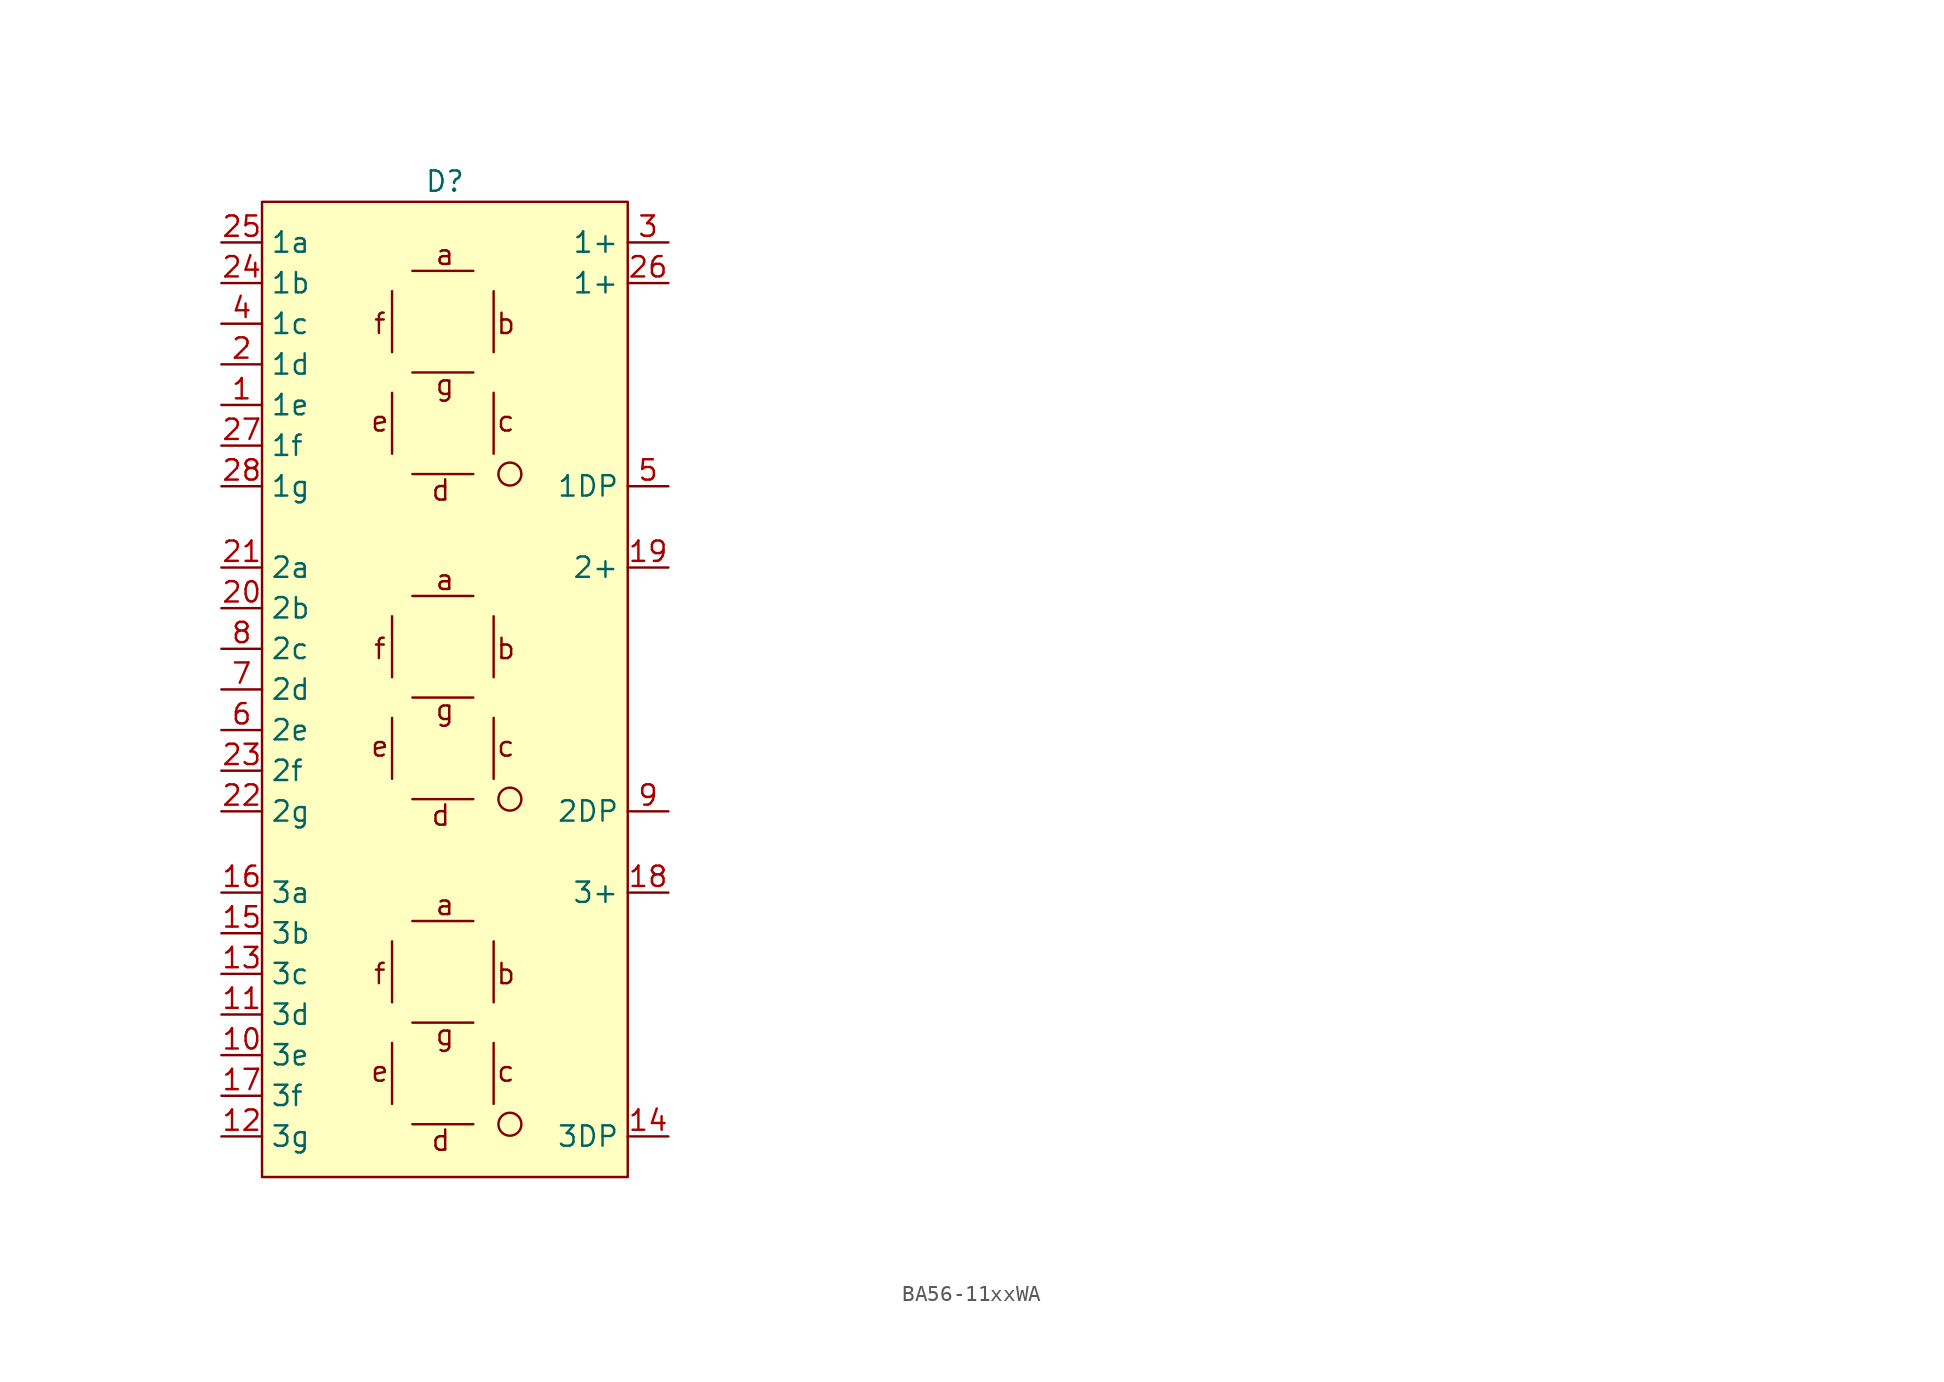
<source format=kicad_sym>
(kicad_symbol_lib
  (version 20241209)
  (generator "kicad_symbol_editor")
  (generator_version "9.0")
  (symbol "BA56-11xxWA"
    (property "Reference" "D"
      (at 0 31.75 0)
      (effects (font (size 1.27 1.27))))
    (property "Value" ""
      (at 80.01 10.16 0)
      (effects (font (size 1.27 1.27))))
    (symbol "BA56-11xxWA_0_1"
      (rectangle (start -11.43 30.48) (end 11.43 -30.48) (stroke (width 0) (type default)) (fill (type background)))
      (polyline (pts (xy -3.302 24.892) (xy -3.302 21.082)) (stroke (width 0) (type default)) (fill (type none)))
      (polyline (pts (xy -3.302 14.732) (xy -3.302 18.542)) (stroke (width 0) (type default)) (fill (type none)))
      (polyline (pts (xy -3.302 4.572) (xy -3.302 0.762)) (stroke (width 0) (type default)) (fill (type none)))
      (polyline (pts (xy -3.302 -5.588) (xy -3.302 -1.778)) (stroke (width 0) (type default)) (fill (type none)))
      (polyline (pts (xy -3.302 -15.748) (xy -3.302 -19.558)) (stroke (width 0) (type default)) (fill (type none)))
      (polyline (pts (xy -3.302 -25.908) (xy -3.302 -22.098)) (stroke (width 0) (type default)) (fill (type none)))
      (polyline (pts (xy -2.032 26.162) (xy 1.778 26.162)) (stroke (width 0) (type default)) (fill (type none)))
      (polyline (pts (xy -2.032 19.812) (xy 1.778 19.812)) (stroke (width 0) (type default)) (fill (type none)))
      (polyline (pts (xy -2.032 5.842) (xy 1.778 5.842)) (stroke (width 0) (type default)) (fill (type none)))
      (polyline (pts (xy -2.032 -0.508) (xy 1.778 -0.508)) (stroke (width 0) (type default)) (fill (type none)))
      (polyline (pts (xy -2.032 -14.478) (xy 1.778 -14.478)) (stroke (width 0) (type default)) (fill (type none)))
      (polyline (pts (xy -2.032 -20.828) (xy 1.778 -20.828)) (stroke (width 0) (type default)) (fill (type none)))
      (polyline (pts (xy 1.778 13.462) (xy -2.032 13.462)) (stroke (width 0) (type default)) (fill (type none)))
      (polyline (pts (xy 1.778 -6.858) (xy -2.032 -6.858)) (stroke (width 0) (type default)) (fill (type none)))
      (polyline (pts (xy 1.778 -27.178) (xy -2.032 -27.178)) (stroke (width 0) (type default)) (fill (type none)))
      (polyline (pts (xy 3.048 24.892) (xy 3.048 21.082)) (stroke (width 0) (type default)) (fill (type none)))
      (polyline (pts (xy 3.048 18.542) (xy 3.048 14.732)) (stroke (width 0) (type default)) (fill (type none)))
      (polyline (pts (xy 3.048 4.572) (xy 3.048 0.762)) (stroke (width 0) (type default)) (fill (type none)))
      (polyline (pts (xy 3.048 -1.778) (xy 3.048 -5.588)) (stroke (width 0) (type default)) (fill (type none)))
      (polyline (pts (xy 3.048 -15.748) (xy 3.048 -19.558)) (stroke (width 0) (type default)) (fill (type none)))
      (polyline (pts (xy 3.048 -22.098) (xy 3.048 -25.908)) (stroke (width 0) (type default)) (fill (type none)))
      (circle (center 4.064 13.462) (radius 0.718) (stroke (width 0) (type default)) (fill (type none)))
      (circle (center 4.064 -6.858) (radius 0.718) (stroke (width 0) (type default)) (fill (type none)))
      (circle (center 4.064 -27.178) (radius 0.718) (stroke (width 0) (type default)) (fill (type none))))
    (symbol "BA56-11xxWA_1_1"
      (text "f" (at -4.064 22.86 0) (effects (font (size 1.27 1.27))))
      (text "e" (at -4.064 16.764 0) (effects (font (size 1.27 1.27))))
      (text "f" (at -4.064 2.54 0) (effects (font (size 1.27 1.27))))
      (text "e" (at -4.064 -3.556 0) (effects (font (size 1.27 1.27))))
      (text "f" (at -4.064 -17.78 0) (effects (font (size 1.27 1.27))))
      (text "e" (at -4.064 -23.876 0) (effects (font (size 1.27 1.27))))
      (text "d" (at -0.254 12.446 0) (effects (font (size 1.27 1.27))))
      (text "d" (at -0.254 -7.874 0) (effects (font (size 1.27 1.27))))
      (text "d" (at -0.254 -28.194 0) (effects (font (size 1.27 1.27))))
      (text "a" (at 0 27.178 0) (effects (font (size 1.27 1.27))))
      (text "g" (at 0 19.05 0) (effects (font (size 1.27 1.27))))
      (text "a" (at 0 6.858 0) (effects (font (size 1.27 1.27))))
      (text "g" (at 0 -1.27 0) (effects (font (size 1.27 1.27))))
      (text "a" (at 0 -13.462 0) (effects (font (size 1.27 1.27))))
      (text "g" (at 0 -21.59 0) (effects (font (size 1.27 1.27))))
      (text "b" (at 3.81 22.86 0) (effects (font (size 1.27 1.27))))
      (text "c" (at 3.81 16.764 0) (effects (font (size 1.27 1.27))))
      (text "b" (at 3.81 2.54 0) (effects (font (size 1.27 1.27))))
      (text "c" (at 3.81 -3.556 0) (effects (font (size 1.27 1.27))))
      (text "b" (at 3.81 -17.78 0) (effects (font (size 1.27 1.27))))
      (text "c" (at 3.81 -23.876 0) (effects (font (size 1.27 1.27))))
      (pin input line (at -13.97 27.94 0) (length 2.54) (name "1a" (effects (font (size 1.27 1.27)))) (number "25" (effects (font (size 1.27 1.27)))))
      (pin input line (at -13.97 25.4 0) (length 2.54) (name "1b" (effects (font (size 1.27 1.27)))) (number "24" (effects (font (size 1.27 1.27)))))
      (pin input line (at -13.97 22.86 0) (length 2.54) (name "1c" (effects (font (size 1.27 1.27)))) (number "4" (effects (font (size 1.27 1.27)))))
      (pin input line (at -13.97 20.32 0) (length 2.54) (name "1d" (effects (font (size 1.27 1.27)))) (number "2" (effects (font (size 1.27 1.27)))))
      (pin input line (at -13.97 17.78 0) (length 2.54) (name "1e" (effects (font (size 1.27 1.27)))) (number "1" (effects (font (size 1.27 1.27)))))
      (pin input line (at -13.97 15.24 0) (length 2.54) (name "1f" (effects (font (size 1.27 1.27)))) (number "27" (effects (font (size 1.27 1.27)))))
      (pin input line (at -13.97 12.7 0) (length 2.54) (name "1g" (effects (font (size 1.27 1.27)))) (number "28" (effects (font (size 1.27 1.27)))))
      (pin input line (at -13.97 7.62 0) (length 2.54) (name "2a" (effects (font (size 1.27 1.27)))) (number "21" (effects (font (size 1.27 1.27)))))
      (pin input line (at -13.97 5.08 0) (length 2.54) (name "2b" (effects (font (size 1.27 1.27)))) (number "20" (effects (font (size 1.27 1.27)))))
      (pin input line (at -13.97 2.54 0) (length 2.54) (name "2c" (effects (font (size 1.27 1.27)))) (number "8" (effects (font (size 1.27 1.27)))))
      (pin input line (at -13.97 0 0) (length 2.54) (name "2d" (effects (font (size 1.27 1.27)))) (number "7" (effects (font (size 1.27 1.27)))))
      (pin input line (at -13.97 -2.54 0) (length 2.54) (name "2e" (effects (font (size 1.27 1.27)))) (number "6" (effects (font (size 1.27 1.27)))))
      (pin input line (at -13.97 -5.08 0) (length 2.54) (name "2f" (effects (font (size 1.27 1.27)))) (number "23" (effects (font (size 1.27 1.27)))))
      (pin input line (at -13.97 -7.62 0) (length 2.54) (name "2g" (effects (font (size 1.27 1.27)))) (number "22" (effects (font (size 1.27 1.27)))))
      (pin input line (at -13.97 -12.7 0) (length 2.54) (name "3a" (effects (font (size 1.27 1.27)))) (number "16" (effects (font (size 1.27 1.27)))))
      (pin input line (at -13.97 -15.24 0) (length 2.54) (name "3b" (effects (font (size 1.27 1.27)))) (number "15" (effects (font (size 1.27 1.27)))))
      (pin input line (at -13.97 -17.78 0) (length 2.54) (name "3c" (effects (font (size 1.27 1.27)))) (number "13" (effects (font (size 1.27 1.27)))))
      (pin input line (at -13.97 -20.32 0) (length 2.54) (name "3d" (effects (font (size 1.27 1.27)))) (number "11" (effects (font (size 1.27 1.27)))))
      (pin input line (at -13.97 -22.86 0) (length 2.54) (name "3e" (effects (font (size 1.27 1.27)))) (number "10" (effects (font (size 1.27 1.27)))))
      (pin input line (at -13.97 -25.4 0) (length 2.54) (name "3f" (effects (font (size 1.27 1.27)))) (number "17" (effects (font (size 1.27 1.27)))))
      (pin input line (at -13.97 -27.94 0) (length 2.54) (name "3g" (effects (font (size 1.27 1.27)))) (number "12" (effects (font (size 1.27 1.27)))))
      (pin power_in line (at 13.97 27.94 180) (length 2.54) (name "1+" (effects (font (size 1.27 1.27)))) (number "3" (effects (font (size 1.27 1.27)))))
      (pin power_in line (at 13.97 25.4 180) (length 2.54) (name "1+" (effects (font (size 1.27 1.27)))) (number "26" (effects (font (size 1.27 1.27)))))
      (pin input line (at 13.97 12.7 180) (length 2.54) (name "1DP" (effects (font (size 1.27 1.27)))) (number "5" (effects (font (size 1.27 1.27)))))
      (pin power_in line (at 13.97 7.62 180) (length 2.54) (name "2+" (effects (font (size 1.27 1.27)))) (number "19" (effects (font (size 1.27 1.27)))))
      (pin input line (at 13.97 -7.62 180) (length 2.54) (name "2DP" (effects (font (size 1.27 1.27)))) (number "9" (effects (font (size 1.27 1.27)))))
      (pin power_in line (at 13.97 -12.7 180) (length 2.54) (name "3+" (effects (font (size 1.27 1.27)))) (number "18" (effects (font (size 1.27 1.27)))))
      (pin input line (at 13.97 -27.94 180) (length 2.54) (name "3DP" (effects (font (size 1.27 1.27)))) (number "14" (effects (font (size 1.27 1.27))))))))
</source>
